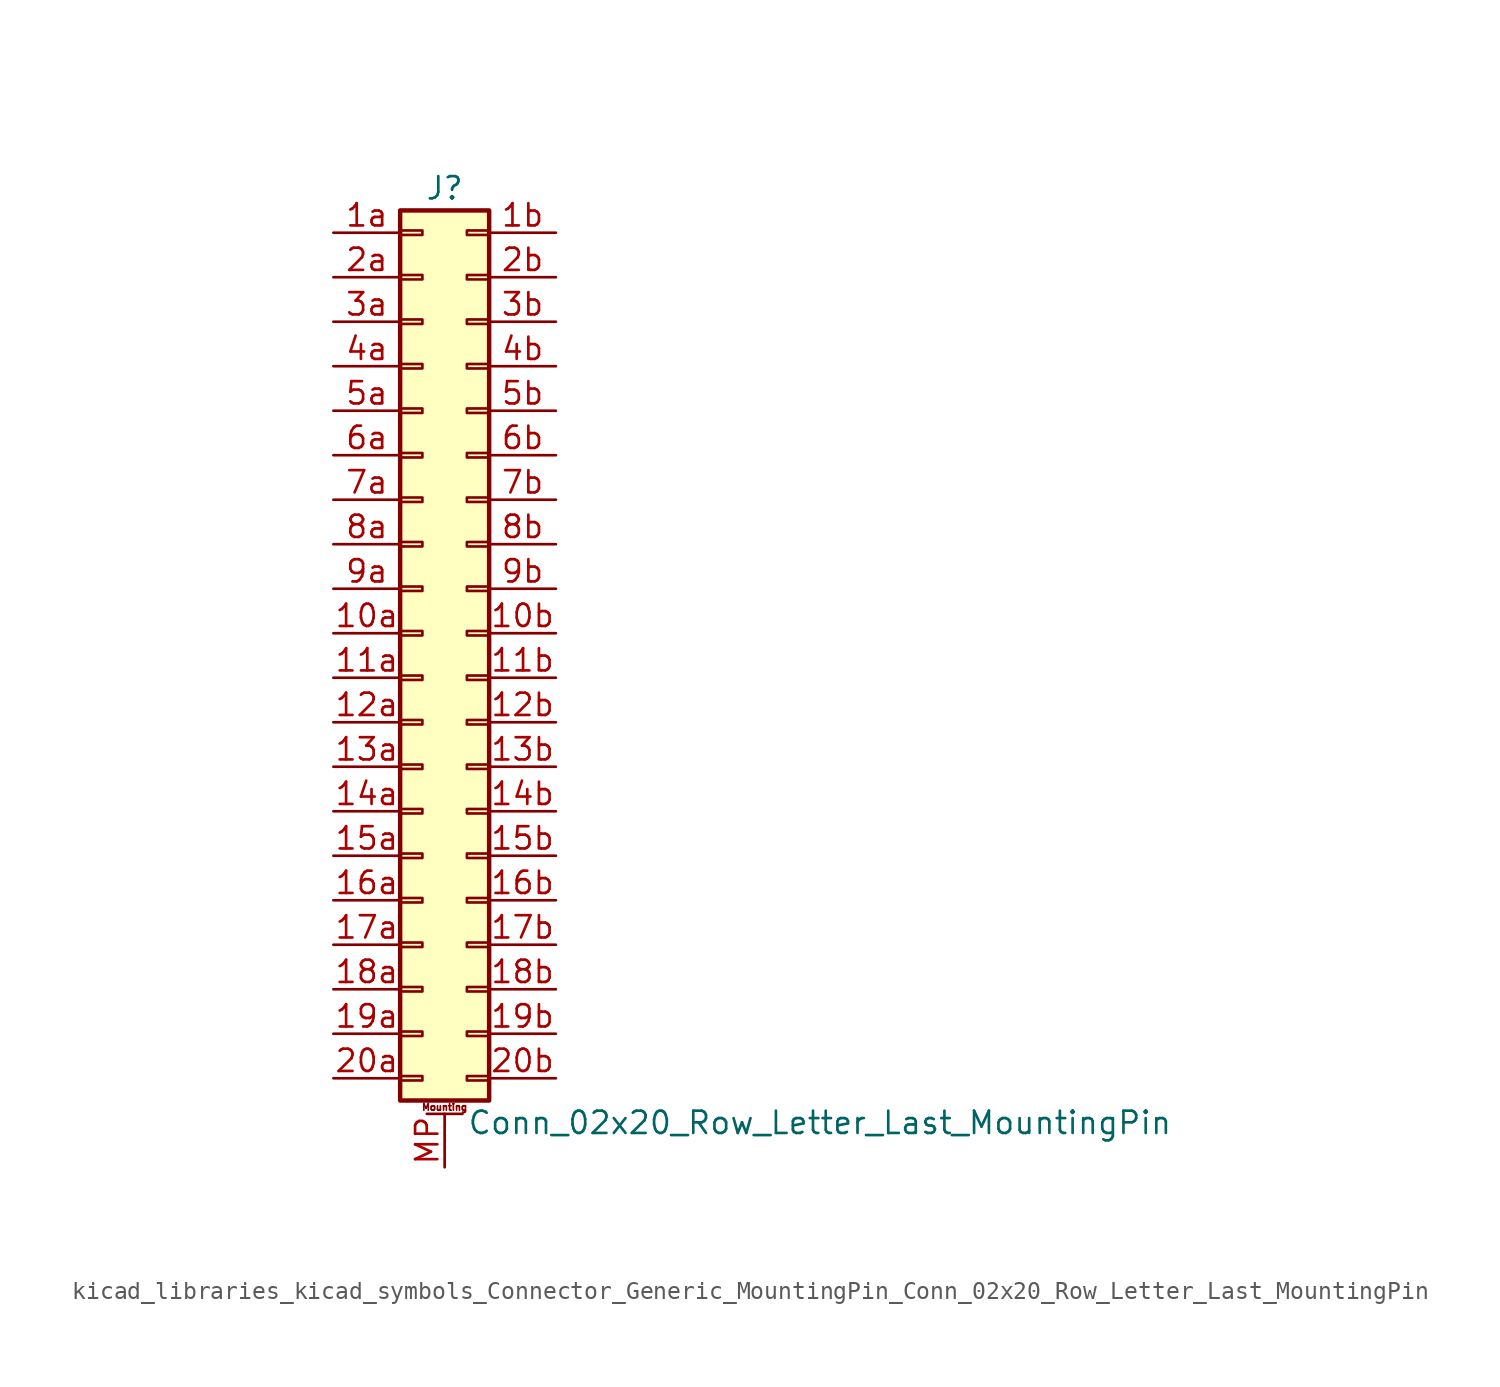
<source format=kicad_sym>
(kicad_symbol_lib
  (version 20220914)
  (generator kicad_symbol_editor)
  (symbol "kicad_libraries_kicad_symbols_Connector_Generic_MountingPin_Conn_02x20_Row_Letter_Last_MountingPin"
    (pin_names
      (offset 1.016) hide)
    (property "Reference" "J"
      (at 1.27 25.4 0)
      (effects (font (size 1.27 1.27))))
    (property "Value" "Conn_02x20_Row_Letter_Last_MountingPin"
      (at 2.54 -27.94 0)
      (effects (font (size 1.27 1.27)) (justify left)))
    (symbol "kicad_libraries_kicad_symbols_Connector_Generic_MountingPin_Conn_02x20_Row_Letter_Last_MountingPin_1_1"
      (rectangle (start -1.27 -25.273) (end 0 -25.527) (stroke (width 0.152) (type default)) (fill (type none)))
      (rectangle (start -1.27 -22.733) (end 0 -22.987) (stroke (width 0.152) (type default)) (fill (type none)))
      (rectangle (start -1.27 -20.193) (end 0 -20.447) (stroke (width 0.152) (type default)) (fill (type none)))
      (rectangle (start -1.27 -17.653) (end 0 -17.907) (stroke (width 0.152) (type default)) (fill (type none)))
      (rectangle (start -1.27 -15.113) (end 0 -15.367) (stroke (width 0.152) (type default)) (fill (type none)))
      (rectangle (start -1.27 -12.573) (end 0 -12.827) (stroke (width 0.152) (type default)) (fill (type none)))
      (rectangle (start -1.27 -10.033) (end 0 -10.287) (stroke (width 0.152) (type default)) (fill (type none)))
      (rectangle (start -1.27 -7.493) (end 0 -7.747) (stroke (width 0.152) (type default)) (fill (type none)))
      (rectangle (start -1.27 -4.953) (end 0 -5.207) (stroke (width 0.152) (type default)) (fill (type none)))
      (rectangle (start -1.27 -2.413) (end 0 -2.667) (stroke (width 0.152) (type default)) (fill (type none)))
      (rectangle (start -1.27 0.127) (end 0 -0.127) (stroke (width 0.152) (type default)) (fill (type none)))
      (rectangle (start -1.27 2.667) (end 0 2.413) (stroke (width 0.152) (type default)) (fill (type none)))
      (rectangle (start -1.27 5.207) (end 0 4.953) (stroke (width 0.152) (type default)) (fill (type none)))
      (rectangle (start -1.27 7.747) (end 0 7.493) (stroke (width 0.152) (type default)) (fill (type none)))
      (rectangle (start -1.27 10.287) (end 0 10.033) (stroke (width 0.152) (type default)) (fill (type none)))
      (rectangle (start -1.27 12.827) (end 0 12.573) (stroke (width 0.152) (type default)) (fill (type none)))
      (rectangle (start -1.27 15.367) (end 0 15.113) (stroke (width 0.152) (type default)) (fill (type none)))
      (rectangle (start -1.27 17.907) (end 0 17.653) (stroke (width 0.152) (type default)) (fill (type none)))
      (rectangle (start -1.27 20.447) (end 0 20.193) (stroke (width 0.152) (type default)) (fill (type none)))
      (rectangle (start -1.27 22.987) (end 0 22.733) (stroke (width 0.152) (type default)) (fill (type none)))
      (rectangle (start -1.27 24.13) (end 3.81 -26.67) (stroke (width 0.254) (type default)) (fill (type background)))
      (polyline (pts (xy 0.254 -27.432) (xy 2.286 -27.432)) (stroke (width 0.152) (type default)) (fill (type none)))
      (rectangle (start 3.81 -25.273) (end 2.54 -25.527) (stroke (width 0.152) (type default)) (fill (type none)))
      (rectangle (start 3.81 -22.733) (end 2.54 -22.987) (stroke (width 0.152) (type default)) (fill (type none)))
      (rectangle (start 3.81 -20.193) (end 2.54 -20.447) (stroke (width 0.152) (type default)) (fill (type none)))
      (rectangle (start 3.81 -17.653) (end 2.54 -17.907) (stroke (width 0.152) (type default)) (fill (type none)))
      (rectangle (start 3.81 -15.113) (end 2.54 -15.367) (stroke (width 0.152) (type default)) (fill (type none)))
      (rectangle (start 3.81 -12.573) (end 2.54 -12.827) (stroke (width 0.152) (type default)) (fill (type none)))
      (rectangle (start 3.81 -10.033) (end 2.54 -10.287) (stroke (width 0.152) (type default)) (fill (type none)))
      (rectangle (start 3.81 -7.493) (end 2.54 -7.747) (stroke (width 0.152) (type default)) (fill (type none)))
      (rectangle (start 3.81 -4.953) (end 2.54 -5.207) (stroke (width 0.152) (type default)) (fill (type none)))
      (rectangle (start 3.81 -2.413) (end 2.54 -2.667) (stroke (width 0.152) (type default)) (fill (type none)))
      (rectangle (start 3.81 0.127) (end 2.54 -0.127) (stroke (width 0.152) (type default)) (fill (type none)))
      (rectangle (start 3.81 2.667) (end 2.54 2.413) (stroke (width 0.152) (type default)) (fill (type none)))
      (rectangle (start 3.81 5.207) (end 2.54 4.953) (stroke (width 0.152) (type default)) (fill (type none)))
      (rectangle (start 3.81 7.747) (end 2.54 7.493) (stroke (width 0.152) (type default)) (fill (type none)))
      (rectangle (start 3.81 10.287) (end 2.54 10.033) (stroke (width 0.152) (type default)) (fill (type none)))
      (rectangle (start 3.81 12.827) (end 2.54 12.573) (stroke (width 0.152) (type default)) (fill (type none)))
      (rectangle (start 3.81 15.367) (end 2.54 15.113) (stroke (width 0.152) (type default)) (fill (type none)))
      (rectangle (start 3.81 17.907) (end 2.54 17.653) (stroke (width 0.152) (type default)) (fill (type none)))
      (rectangle (start 3.81 20.447) (end 2.54 20.193) (stroke (width 0.152) (type default)) (fill (type none)))
      (rectangle (start 3.81 22.987) (end 2.54 22.733) (stroke (width 0.152) (type default)) (fill (type none)))
      (text "Mounting" (at 1.27 -27.051 0) (effects (font (size 0.381 0.381))))
      (pin passive line (at -5.08 0 0) (length 3.81) (name "Pin_10a" (effects (font (size 1.27 1.27)))) (number "10a" (effects (font (size 1.27 1.27)))))
      (pin passive line (at 7.62 0 180) (length 3.81) (name "Pin_10b" (effects (font (size 1.27 1.27)))) (number "10b" (effects (font (size 1.27 1.27)))))
      (pin passive line (at -5.08 -2.54 0) (length 3.81) (name "Pin_11a" (effects (font (size 1.27 1.27)))) (number "11a" (effects (font (size 1.27 1.27)))))
      (pin passive line (at 7.62 -2.54 180) (length 3.81) (name "Pin_11b" (effects (font (size 1.27 1.27)))) (number "11b" (effects (font (size 1.27 1.27)))))
      (pin passive line (at -5.08 -5.08 0) (length 3.81) (name "Pin_12a" (effects (font (size 1.27 1.27)))) (number "12a" (effects (font (size 1.27 1.27)))))
      (pin passive line (at 7.62 -5.08 180) (length 3.81) (name "Pin_12b" (effects (font (size 1.27 1.27)))) (number "12b" (effects (font (size 1.27 1.27)))))
      (pin passive line (at -5.08 -7.62 0) (length 3.81) (name "Pin_13a" (effects (font (size 1.27 1.27)))) (number "13a" (effects (font (size 1.27 1.27)))))
      (pin passive line (at 7.62 -7.62 180) (length 3.81) (name "Pin_13b" (effects (font (size 1.27 1.27)))) (number "13b" (effects (font (size 1.27 1.27)))))
      (pin passive line (at -5.08 -10.16 0) (length 3.81) (name "Pin_14a" (effects (font (size 1.27 1.27)))) (number "14a" (effects (font (size 1.27 1.27)))))
      (pin passive line (at 7.62 -10.16 180) (length 3.81) (name "Pin_14b" (effects (font (size 1.27 1.27)))) (number "14b" (effects (font (size 1.27 1.27)))))
      (pin passive line (at -5.08 -12.7 0) (length 3.81) (name "Pin_15a" (effects (font (size 1.27 1.27)))) (number "15a" (effects (font (size 1.27 1.27)))))
      (pin passive line (at 7.62 -12.7 180) (length 3.81) (name "Pin_15b" (effects (font (size 1.27 1.27)))) (number "15b" (effects (font (size 1.27 1.27)))))
      (pin passive line (at -5.08 -15.24 0) (length 3.81) (name "Pin_16a" (effects (font (size 1.27 1.27)))) (number "16a" (effects (font (size 1.27 1.27)))))
      (pin passive line (at 7.62 -15.24 180) (length 3.81) (name "Pin_16b" (effects (font (size 1.27 1.27)))) (number "16b" (effects (font (size 1.27 1.27)))))
      (pin passive line (at -5.08 -17.78 0) (length 3.81) (name "Pin_17a" (effects (font (size 1.27 1.27)))) (number "17a" (effects (font (size 1.27 1.27)))))
      (pin passive line (at 7.62 -17.78 180) (length 3.81) (name "Pin_17b" (effects (font (size 1.27 1.27)))) (number "17b" (effects (font (size 1.27 1.27)))))
      (pin passive line (at -5.08 -20.32 0) (length 3.81) (name "Pin_18a" (effects (font (size 1.27 1.27)))) (number "18a" (effects (font (size 1.27 1.27)))))
      (pin passive line (at 7.62 -20.32 180) (length 3.81) (name "Pin_18b" (effects (font (size 1.27 1.27)))) (number "18b" (effects (font (size 1.27 1.27)))))
      (pin passive line (at -5.08 -22.86 0) (length 3.81) (name "Pin_19a" (effects (font (size 1.27 1.27)))) (number "19a" (effects (font (size 1.27 1.27)))))
      (pin passive line (at 7.62 -22.86 180) (length 3.81) (name "Pin_19b" (effects (font (size 1.27 1.27)))) (number "19b" (effects (font (size 1.27 1.27)))))
      (pin passive line (at -5.08 22.86 0) (length 3.81) (name "Pin_1a" (effects (font (size 1.27 1.27)))) (number "1a" (effects (font (size 1.27 1.27)))))
      (pin passive line (at 7.62 22.86 180) (length 3.81) (name "Pin_1b" (effects (font (size 1.27 1.27)))) (number "1b" (effects (font (size 1.27 1.27)))))
      (pin passive line (at -5.08 -25.4 0) (length 3.81) (name "Pin_20a" (effects (font (size 1.27 1.27)))) (number "20a" (effects (font (size 1.27 1.27)))))
      (pin passive line (at 7.62 -25.4 180) (length 3.81) (name "Pin_20b" (effects (font (size 1.27 1.27)))) (number "20b" (effects (font (size 1.27 1.27)))))
      (pin passive line (at -5.08 20.32 0) (length 3.81) (name "Pin_2a" (effects (font (size 1.27 1.27)))) (number "2a" (effects (font (size 1.27 1.27)))))
      (pin passive line (at 7.62 20.32 180) (length 3.81) (name "Pin_2b" (effects (font (size 1.27 1.27)))) (number "2b" (effects (font (size 1.27 1.27)))))
      (pin passive line (at -5.08 17.78 0) (length 3.81) (name "Pin_3a" (effects (font (size 1.27 1.27)))) (number "3a" (effects (font (size 1.27 1.27)))))
      (pin passive line (at 7.62 17.78 180) (length 3.81) (name "Pin_3b" (effects (font (size 1.27 1.27)))) (number "3b" (effects (font (size 1.27 1.27)))))
      (pin passive line (at -5.08 15.24 0) (length 3.81) (name "Pin_4a" (effects (font (size 1.27 1.27)))) (number "4a" (effects (font (size 1.27 1.27)))))
      (pin passive line (at 7.62 15.24 180) (length 3.81) (name "Pin_4b" (effects (font (size 1.27 1.27)))) (number "4b" (effects (font (size 1.27 1.27)))))
      (pin passive line (at -5.08 12.7 0) (length 3.81) (name "Pin_5a" (effects (font (size 1.27 1.27)))) (number "5a" (effects (font (size 1.27 1.27)))))
      (pin passive line (at 7.62 12.7 180) (length 3.81) (name "Pin_5b" (effects (font (size 1.27 1.27)))) (number "5b" (effects (font (size 1.27 1.27)))))
      (pin passive line (at -5.08 10.16 0) (length 3.81) (name "Pin_6a" (effects (font (size 1.27 1.27)))) (number "6a" (effects (font (size 1.27 1.27)))))
      (pin passive line (at 7.62 10.16 180) (length 3.81) (name "Pin_6b" (effects (font (size 1.27 1.27)))) (number "6b" (effects (font (size 1.27 1.27)))))
      (pin passive line (at -5.08 7.62 0) (length 3.81) (name "Pin_7a" (effects (font (size 1.27 1.27)))) (number "7a" (effects (font (size 1.27 1.27)))))
      (pin passive line (at 7.62 7.62 180) (length 3.81) (name "Pin_7b" (effects (font (size 1.27 1.27)))) (number "7b" (effects (font (size 1.27 1.27)))))
      (pin passive line (at -5.08 5.08 0) (length 3.81) (name "Pin_8a" (effects (font (size 1.27 1.27)))) (number "8a" (effects (font (size 1.27 1.27)))))
      (pin passive line (at 7.62 5.08 180) (length 3.81) (name "Pin_8b" (effects (font (size 1.27 1.27)))) (number "8b" (effects (font (size 1.27 1.27)))))
      (pin passive line (at -5.08 2.54 0) (length 3.81) (name "Pin_9a" (effects (font (size 1.27 1.27)))) (number "9a" (effects (font (size 1.27 1.27)))))
      (pin passive line (at 7.62 2.54 180) (length 3.81) (name "Pin_9b" (effects (font (size 1.27 1.27)))) (number "9b" (effects (font (size 1.27 1.27)))))
      (pin passive line (at 1.27 -30.48 90) (length 3.048) (name "MountPin" (effects (font (size 1.27 1.27)))) (number "MP" (effects (font (size 1.27 1.27))))))))
</source>
